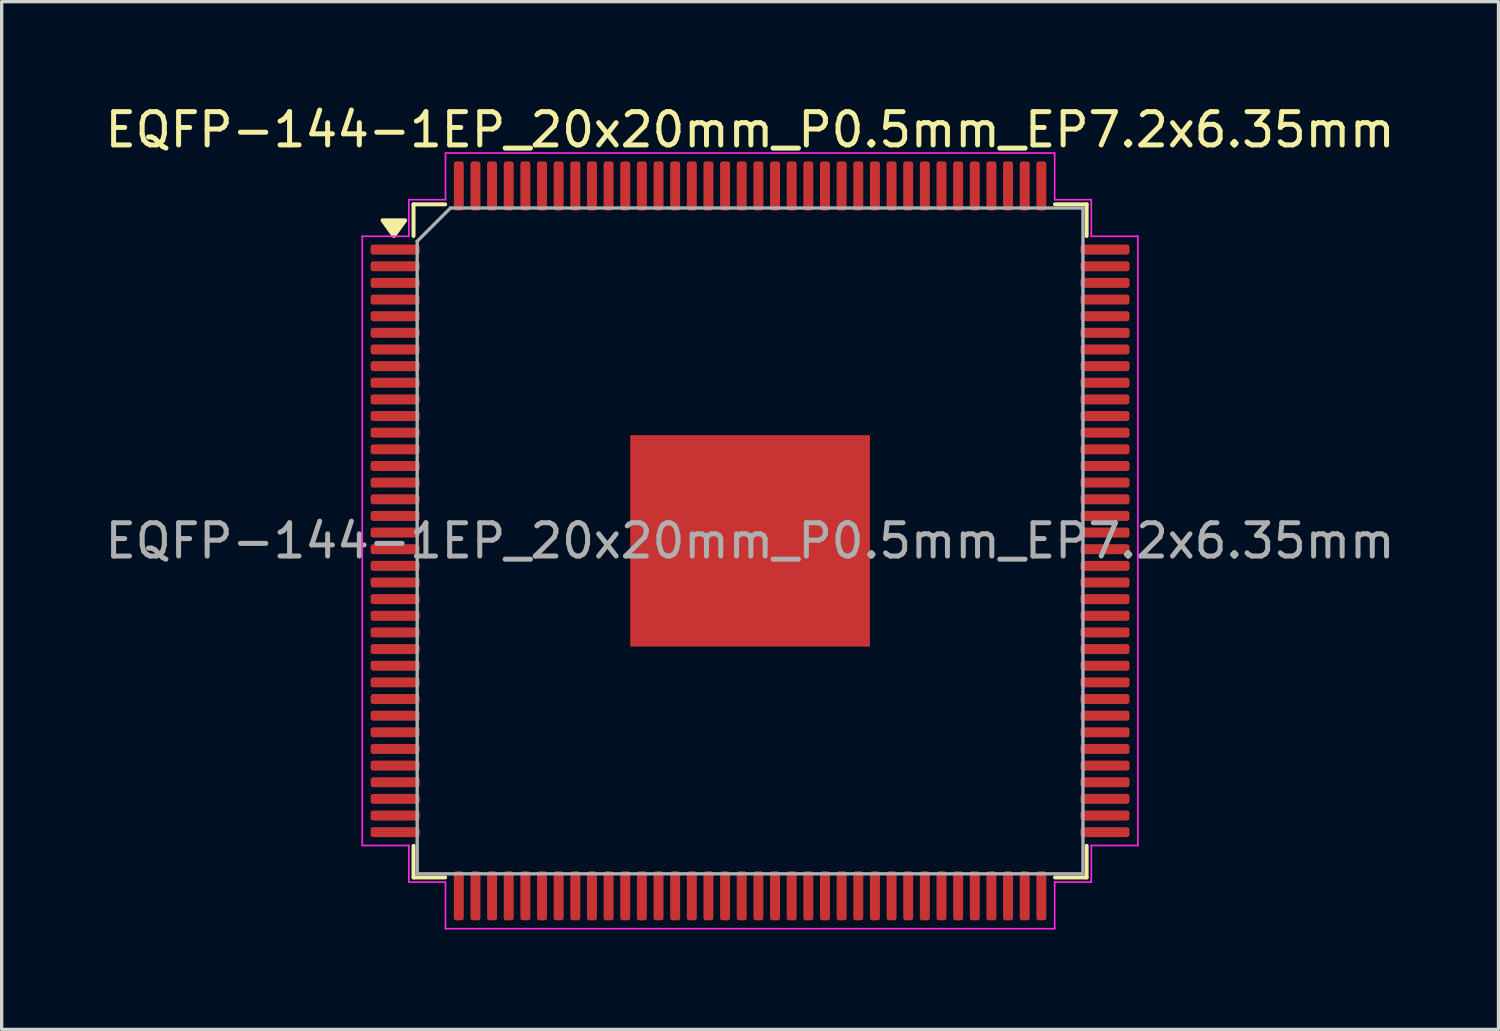
<source format=kicad_pcb>
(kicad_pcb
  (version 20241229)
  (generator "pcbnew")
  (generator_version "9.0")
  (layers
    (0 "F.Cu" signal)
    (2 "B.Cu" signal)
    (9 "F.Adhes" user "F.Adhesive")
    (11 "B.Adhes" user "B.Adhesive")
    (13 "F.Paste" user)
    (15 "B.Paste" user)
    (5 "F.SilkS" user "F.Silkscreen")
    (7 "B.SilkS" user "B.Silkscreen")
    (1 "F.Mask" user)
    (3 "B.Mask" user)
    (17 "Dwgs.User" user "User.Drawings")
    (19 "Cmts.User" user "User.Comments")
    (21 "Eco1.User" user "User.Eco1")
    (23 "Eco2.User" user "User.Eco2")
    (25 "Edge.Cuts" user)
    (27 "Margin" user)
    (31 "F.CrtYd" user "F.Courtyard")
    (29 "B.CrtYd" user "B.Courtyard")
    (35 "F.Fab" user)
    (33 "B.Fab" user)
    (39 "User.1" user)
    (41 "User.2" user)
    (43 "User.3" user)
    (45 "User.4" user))
  (footprint "EQFP-144-1EP_20x20mm_P0.5mm_EP7.2x6.35mm"
    (layer "F.Cu")
    (at 19.482 13.198)
    (property "Reference" "EQFP-144-1EP_20x20mm_P0.5mm_EP7.2x6.35mm" (at 0 -12.35 0) (layer "F.SilkS") (effects (font (size 1 1) (thickness 0.15))))
    (attr smd)
    (fp_line (start -10.11 -10.11) (end -10.11 -9.16) (stroke (width 0.12) (type solid)) (layer "F.SilkS"))
    (fp_line (start -10.11 10.11) (end -10.11 9.16) (stroke (width 0.12) (type solid)) (layer "F.SilkS"))
    (fp_line (start -9.16 -10.11) (end -10.11 -10.11) (stroke (width 0.12) (type solid)) (layer "F.SilkS"))
    (fp_line (start -9.16 10.11) (end -10.11 10.11) (stroke (width 0.12) (type solid)) (layer "F.SilkS"))
    (fp_line (start 9.16 -10.11) (end 10.11 -10.11) (stroke (width 0.12) (type solid)) (layer "F.SilkS"))
    (fp_line (start 9.16 10.11) (end 10.11 10.11) (stroke (width 0.12) (type solid)) (layer "F.SilkS"))
    (fp_line (start 10.11 -10.11) (end 10.11 -9.16) (stroke (width 0.12) (type solid)) (layer "F.SilkS"))
    (fp_line (start 10.11 10.11) (end 10.11 9.16) (stroke (width 0.12) (type solid)) (layer "F.SilkS"))
    (fp_poly (pts (xy -10.7 -9.16) (xy -11.04 -9.63) (xy -10.36 -9.63)) (stroke (width 0.12) (type solid)) (fill yes) (layer "F.SilkS"))
    (fp_line (start -11.65 -9.15) (end -10.25 -9.15) (stroke (width 0.05) (type solid)) (layer "F.CrtYd"))
    (fp_line (start -11.65 9.15) (end -11.65 -9.15) (stroke (width 0.05) (type solid)) (layer "F.CrtYd"))
    (fp_line (start -10.25 -10.25) (end -9.15 -10.25) (stroke (width 0.05) (type solid)) (layer "F.CrtYd"))
    (fp_line (start -10.25 -9.15) (end -10.25 -10.25) (stroke (width 0.05) (type solid)) (layer "F.CrtYd"))
    (fp_line (start -10.25 9.15) (end -11.65 9.15) (stroke (width 0.05) (type solid)) (layer "F.CrtYd"))
    (fp_line (start -10.25 10.25) (end -10.25 9.15) (stroke (width 0.05) (type solid)) (layer "F.CrtYd"))
    (fp_line (start -9.15 -11.65) (end 9.15 -11.65) (stroke (width 0.05) (type solid)) (layer "F.CrtYd"))
    (fp_line (start -9.15 -10.25) (end -9.15 -11.65) (stroke (width 0.05) (type solid)) (layer "F.CrtYd"))
    (fp_line (start -9.15 10.25) (end -10.25 10.25) (stroke (width 0.05) (type solid)) (layer "F.CrtYd"))
    (fp_line (start -9.15 11.65) (end -9.15 10.25) (stroke (width 0.05) (type solid)) (layer "F.CrtYd"))
    (fp_line (start 9.15 -11.65) (end 9.15 -10.25) (stroke (width 0.05) (type solid)) (layer "F.CrtYd"))
    (fp_line (start 9.15 -10.25) (end 10.25 -10.25) (stroke (width 0.05) (type solid)) (layer "F.CrtYd"))
    (fp_line (start 9.15 10.25) (end 9.15 11.65) (stroke (width 0.05) (type solid)) (layer "F.CrtYd"))
    (fp_line (start 9.15 11.65) (end -9.15 11.65) (stroke (width 0.05) (type solid)) (layer "F.CrtYd"))
    (fp_line (start 10.25 -10.25) (end 10.25 -9.15) (stroke (width 0.05) (type solid)) (layer "F.CrtYd"))
    (fp_line (start 10.25 -9.15) (end 11.65 -9.15) (stroke (width 0.05) (type solid)) (layer "F.CrtYd"))
    (fp_line (start 10.25 9.15) (end 10.25 10.25) (stroke (width 0.05) (type solid)) (layer "F.CrtYd"))
    (fp_line (start 10.25 10.25) (end 9.15 10.25) (stroke (width 0.05) (type solid)) (layer "F.CrtYd"))
    (fp_line (start 11.65 -9.15) (end 11.65 9.15) (stroke (width 0.05) (type solid)) (layer "F.CrtYd"))
    (fp_line (start 11.65 9.15) (end 10.25 9.15) (stroke (width 0.05) (type solid)) (layer "F.CrtYd"))
    (fp_line (start -10 -9) (end -9 -10) (stroke (width 0.1) (type solid)) (layer "F.Fab"))
    (fp_line (start -10 10) (end -10 -9) (stroke (width 0.1) (type solid)) (layer "F.Fab"))
    (fp_line (start -9 -10) (end 10 -10) (stroke (width 0.1) (type solid)) (layer "F.Fab"))
    (fp_line (start 10 -10) (end 10 10) (stroke (width 0.1) (type solid)) (layer "F.Fab"))
    (fp_line (start 10 10) (end -10 10) (stroke (width 0.1) (type solid)) (layer "F.Fab"))
    (fp_text user "${REFERENCE}" (at 0 0 0) (layer "F.Fab") (effects (font (size 1 1) (thickness 0.15))))
    (pad "" smd roundrect (at -3 -2.54) (size 0.97 1.02) (layers "F.Paste") (roundrect_rratio 0.25))
    (pad "" smd roundrect (at -3 -1.27) (size 0.97 1.02) (layers "F.Paste") (roundrect_rratio 0.25))
    (pad "" smd roundrect (at -3 0) (size 0.97 1.02) (layers "F.Paste") (roundrect_rratio 0.25))
    (pad "" smd roundrect (at -3 1.27) (size 0.97 1.02) (layers "F.Paste") (roundrect_rratio 0.25))
    (pad "" smd roundrect (at -3 2.54) (size 0.97 1.02) (layers "F.Paste") (roundrect_rratio 0.25))
    (pad "" smd roundrect (at -1.8 -2.54) (size 0.97 1.02) (layers "F.Paste") (roundrect_rratio 0.25))
    (pad "" smd roundrect (at -1.8 -1.27) (size 0.97 1.02) (layers "F.Paste") (roundrect_rratio 0.25))
    (pad "" smd roundrect (at -1.8 0) (size 0.97 1.02) (layers "F.Paste") (roundrect_rratio 0.25))
    (pad "" smd roundrect (at -1.8 1.27) (size 0.97 1.02) (layers "F.Paste") (roundrect_rratio 0.25))
    (pad "" smd roundrect (at -1.8 2.54) (size 0.97 1.02) (layers "F.Paste") (roundrect_rratio 0.25))
    (pad "" smd roundrect (at -0.6 -2.54) (size 0.97 1.02) (layers "F.Paste") (roundrect_rratio 0.25))
    (pad "" smd roundrect (at -0.6 -1.27) (size 0.97 1.02) (layers "F.Paste") (roundrect_rratio 0.25))
    (pad "" smd roundrect (at -0.6 0) (size 0.97 1.02) (layers "F.Paste") (roundrect_rratio 0.25))
    (pad "" smd roundrect (at -0.6 1.27) (size 0.97 1.02) (layers "F.Paste") (roundrect_rratio 0.25))
    (pad "" smd roundrect (at -0.6 2.54) (size 0.97 1.02) (layers "F.Paste") (roundrect_rratio 0.25))
    (pad "" smd roundrect (at 0.6 -2.54) (size 0.97 1.02) (layers "F.Paste") (roundrect_rratio 0.25))
    (pad "" smd roundrect (at 0.6 -1.27) (size 0.97 1.02) (layers "F.Paste") (roundrect_rratio 0.25))
    (pad "" smd roundrect (at 0.6 0) (size 0.97 1.02) (layers "F.Paste") (roundrect_rratio 0.25))
    (pad "" smd roundrect (at 0.6 1.27) (size 0.97 1.02) (layers "F.Paste") (roundrect_rratio 0.25))
    (pad "" smd roundrect (at 0.6 2.54) (size 0.97 1.02) (layers "F.Paste") (roundrect_rratio 0.25))
    (pad "" smd roundrect (at 1.8 -2.54) (size 0.97 1.02) (layers "F.Paste") (roundrect_rratio 0.25))
    (pad "" smd roundrect (at 1.8 -1.27) (size 0.97 1.02) (layers "F.Paste") (roundrect_rratio 0.25))
    (pad "" smd roundrect (at 1.8 0) (size 0.97 1.02) (layers "F.Paste") (roundrect_rratio 0.25))
    (pad "" smd roundrect (at 1.8 1.27) (size 0.97 1.02) (layers "F.Paste") (roundrect_rratio 0.25))
    (pad "" smd roundrect (at 1.8 2.54) (size 0.97 1.02) (layers "F.Paste") (roundrect_rratio 0.25))
    (pad "" smd roundrect (at 3 -2.54) (size 0.97 1.02) (layers "F.Paste") (roundrect_rratio 0.25))
    (pad "" smd roundrect (at 3 -1.27) (size 0.97 1.02) (layers "F.Paste") (roundrect_rratio 0.25))
    (pad "" smd roundrect (at 3 0) (size 0.97 1.02) (layers "F.Paste") (roundrect_rratio 0.25))
    (pad "" smd roundrect (at 3 1.27) (size 0.97 1.02) (layers "F.Paste") (roundrect_rratio 0.25))
    (pad "" smd roundrect (at 3 2.54) (size 0.97 1.02) (layers "F.Paste") (roundrect_rratio 0.25))
    (pad "1" smd roundrect (at -10.662 -8.75) (size 1.475 0.3) (layers "F.Cu" "F.Mask" "F.Paste") (roundrect_rratio 0.25))
    (pad "2" smd roundrect (at -10.662 -8.25) (size 1.475 0.3) (layers "F.Cu" "F.Mask" "F.Paste") (roundrect_rratio 0.25))
    (pad "3" smd roundrect (at -10.662 -7.75) (size 1.475 0.3) (layers "F.Cu" "F.Mask" "F.Paste") (roundrect_rratio 0.25))
    (pad "4" smd roundrect (at -10.662 -7.25) (size 1.475 0.3) (layers "F.Cu" "F.Mask" "F.Paste") (roundrect_rratio 0.25))
    (pad "5" smd roundrect (at -10.662 -6.75) (size 1.475 0.3) (layers "F.Cu" "F.Mask" "F.Paste") (roundrect_rratio 0.25))
    (pad "6" smd roundrect (at -10.662 -6.25) (size 1.475 0.3) (layers "F.Cu" "F.Mask" "F.Paste") (roundrect_rratio 0.25))
    (pad "7" smd roundrect (at -10.662 -5.75) (size 1.475 0.3) (layers "F.Cu" "F.Mask" "F.Paste") (roundrect_rratio 0.25))
    (pad "8" smd roundrect (at -10.662 -5.25) (size 1.475 0.3) (layers "F.Cu" "F.Mask" "F.Paste") (roundrect_rratio 0.25))
    (pad "9" smd roundrect (at -10.662 -4.75) (size 1.475 0.3) (layers "F.Cu" "F.Mask" "F.Paste") (roundrect_rratio 0.25))
    (pad "10" smd roundrect (at -10.662 -4.25) (size 1.475 0.3) (layers "F.Cu" "F.Mask" "F.Paste") (roundrect_rratio 0.25))
    (pad "11" smd roundrect (at -10.662 -3.75) (size 1.475 0.3) (layers "F.Cu" "F.Mask" "F.Paste") (roundrect_rratio 0.25))
    (pad "12" smd roundrect (at -10.662 -3.25) (size 1.475 0.3) (layers "F.Cu" "F.Mask" "F.Paste") (roundrect_rratio 0.25))
    (pad "13" smd roundrect (at -10.662 -2.75) (size 1.475 0.3) (layers "F.Cu" "F.Mask" "F.Paste") (roundrect_rratio 0.25))
    (pad "14" smd roundrect (at -10.662 -2.25) (size 1.475 0.3) (layers "F.Cu" "F.Mask" "F.Paste") (roundrect_rratio 0.25))
    (pad "15" smd roundrect (at -10.662 -1.75) (size 1.475 0.3) (layers "F.Cu" "F.Mask" "F.Paste") (roundrect_rratio 0.25))
    (pad "16" smd roundrect (at -10.662 -1.25) (size 1.475 0.3) (layers "F.Cu" "F.Mask" "F.Paste") (roundrect_rratio 0.25))
    (pad "17" smd roundrect (at -10.662 -0.75) (size 1.475 0.3) (layers "F.Cu" "F.Mask" "F.Paste") (roundrect_rratio 0.25))
    (pad "18" smd roundrect (at -10.662 -0.25) (size 1.475 0.3) (layers "F.Cu" "F.Mask" "F.Paste") (roundrect_rratio 0.25))
    (pad "19" smd roundrect (at -10.662 0.25) (size 1.475 0.3) (layers "F.Cu" "F.Mask" "F.Paste") (roundrect_rratio 0.25))
    (pad "20" smd roundrect (at -10.662 0.75) (size 1.475 0.3) (layers "F.Cu" "F.Mask" "F.Paste") (roundrect_rratio 0.25))
    (pad "21" smd roundrect (at -10.662 1.25) (size 1.475 0.3) (layers "F.Cu" "F.Mask" "F.Paste") (roundrect_rratio 0.25))
    (pad "22" smd roundrect (at -10.662 1.75) (size 1.475 0.3) (layers "F.Cu" "F.Mask" "F.Paste") (roundrect_rratio 0.25))
    (pad "23" smd roundrect (at -10.662 2.25) (size 1.475 0.3) (layers "F.Cu" "F.Mask" "F.Paste") (roundrect_rratio 0.25))
    (pad "24" smd roundrect (at -10.662 2.75) (size 1.475 0.3) (layers "F.Cu" "F.Mask" "F.Paste") (roundrect_rratio 0.25))
    (pad "25" smd roundrect (at -10.662 3.25) (size 1.475 0.3) (layers "F.Cu" "F.Mask" "F.Paste") (roundrect_rratio 0.25))
    (pad "26" smd roundrect (at -10.662 3.75) (size 1.475 0.3) (layers "F.Cu" "F.Mask" "F.Paste") (roundrect_rratio 0.25))
    (pad "27" smd roundrect (at -10.662 4.25) (size 1.475 0.3) (layers "F.Cu" "F.Mask" "F.Paste") (roundrect_rratio 0.25))
    (pad "28" smd roundrect (at -10.662 4.75) (size 1.475 0.3) (layers "F.Cu" "F.Mask" "F.Paste") (roundrect_rratio 0.25))
    (pad "29" smd roundrect (at -10.662 5.25) (size 1.475 0.3) (layers "F.Cu" "F.Mask" "F.Paste") (roundrect_rratio 0.25))
    (pad "30" smd roundrect (at -10.662 5.75) (size 1.475 0.3) (layers "F.Cu" "F.Mask" "F.Paste") (roundrect_rratio 0.25))
    (pad "31" smd roundrect (at -10.662 6.25) (size 1.475 0.3) (layers "F.Cu" "F.Mask" "F.Paste") (roundrect_rratio 0.25))
    (pad "32" smd roundrect (at -10.662 6.75) (size 1.475 0.3) (layers "F.Cu" "F.Mask" "F.Paste") (roundrect_rratio 0.25))
    (pad "33" smd roundrect (at -10.662 7.25) (size 1.475 0.3) (layers "F.Cu" "F.Mask" "F.Paste") (roundrect_rratio 0.25))
    (pad "34" smd roundrect (at -10.662 7.75) (size 1.475 0.3) (layers "F.Cu" "F.Mask" "F.Paste") (roundrect_rratio 0.25))
    (pad "35" smd roundrect (at -10.662 8.25) (size 1.475 0.3) (layers "F.Cu" "F.Mask" "F.Paste") (roundrect_rratio 0.25))
    (pad "36" smd roundrect (at -10.662 8.75) (size 1.475 0.3) (layers "F.Cu" "F.Mask" "F.Paste") (roundrect_rratio 0.25))
    (pad "37" smd roundrect (at -8.75 10.662) (size 0.3 1.475) (layers "F.Cu" "F.Mask" "F.Paste") (roundrect_rratio 0.25))
    (pad "38" smd roundrect (at -8.25 10.662) (size 0.3 1.475) (layers "F.Cu" "F.Mask" "F.Paste") (roundrect_rratio 0.25))
    (pad "39" smd roundrect (at -7.75 10.662) (size 0.3 1.475) (layers "F.Cu" "F.Mask" "F.Paste") (roundrect_rratio 0.25))
    (pad "40" smd roundrect (at -7.25 10.662) (size 0.3 1.475) (layers "F.Cu" "F.Mask" "F.Paste") (roundrect_rratio 0.25))
    (pad "41" smd roundrect (at -6.75 10.662) (size 0.3 1.475) (layers "F.Cu" "F.Mask" "F.Paste") (roundrect_rratio 0.25))
    (pad "42" smd roundrect (at -6.25 10.662) (size 0.3 1.475) (layers "F.Cu" "F.Mask" "F.Paste") (roundrect_rratio 0.25))
    (pad "43" smd roundrect (at -5.75 10.662) (size 0.3 1.475) (layers "F.Cu" "F.Mask" "F.Paste") (roundrect_rratio 0.25))
    (pad "44" smd roundrect (at -5.25 10.662) (size 0.3 1.475) (layers "F.Cu" "F.Mask" "F.Paste") (roundrect_rratio 0.25))
    (pad "45" smd roundrect (at -4.75 10.662) (size 0.3 1.475) (layers "F.Cu" "F.Mask" "F.Paste") (roundrect_rratio 0.25))
    (pad "46" smd roundrect (at -4.25 10.662) (size 0.3 1.475) (layers "F.Cu" "F.Mask" "F.Paste") (roundrect_rratio 0.25))
    (pad "47" smd roundrect (at -3.75 10.662) (size 0.3 1.475) (layers "F.Cu" "F.Mask" "F.Paste") (roundrect_rratio 0.25))
    (pad "48" smd roundrect (at -3.25 10.662) (size 0.3 1.475) (layers "F.Cu" "F.Mask" "F.Paste") (roundrect_rratio 0.25))
    (pad "49" smd roundrect (at -2.75 10.662) (size 0.3 1.475) (layers "F.Cu" "F.Mask" "F.Paste") (roundrect_rratio 0.25))
    (pad "50" smd roundrect (at -2.25 10.662) (size 0.3 1.475) (layers "F.Cu" "F.Mask" "F.Paste") (roundrect_rratio 0.25))
    (pad "51" smd roundrect (at -1.75 10.662) (size 0.3 1.475) (layers "F.Cu" "F.Mask" "F.Paste") (roundrect_rratio 0.25))
    (pad "52" smd roundrect (at -1.25 10.662) (size 0.3 1.475) (layers "F.Cu" "F.Mask" "F.Paste") (roundrect_rratio 0.25))
    (pad "53" smd roundrect (at -0.75 10.662) (size 0.3 1.475) (layers "F.Cu" "F.Mask" "F.Paste") (roundrect_rratio 0.25))
    (pad "54" smd roundrect (at -0.25 10.662) (size 0.3 1.475) (layers "F.Cu" "F.Mask" "F.Paste") (roundrect_rratio 0.25))
    (pad "55" smd roundrect (at 0.25 10.662) (size 0.3 1.475) (layers "F.Cu" "F.Mask" "F.Paste") (roundrect_rratio 0.25))
    (pad "56" smd roundrect (at 0.75 10.662) (size 0.3 1.475) (layers "F.Cu" "F.Mask" "F.Paste") (roundrect_rratio 0.25))
    (pad "57" smd roundrect (at 1.25 10.662) (size 0.3 1.475) (layers "F.Cu" "F.Mask" "F.Paste") (roundrect_rratio 0.25))
    (pad "58" smd roundrect (at 1.75 10.662) (size 0.3 1.475) (layers "F.Cu" "F.Mask" "F.Paste") (roundrect_rratio 0.25))
    (pad "59" smd roundrect (at 2.25 10.662) (size 0.3 1.475) (layers "F.Cu" "F.Mask" "F.Paste") (roundrect_rratio 0.25))
    (pad "60" smd roundrect (at 2.75 10.662) (size 0.3 1.475) (layers "F.Cu" "F.Mask" "F.Paste") (roundrect_rratio 0.25))
    (pad "61" smd roundrect (at 3.25 10.662) (size 0.3 1.475) (layers "F.Cu" "F.Mask" "F.Paste") (roundrect_rratio 0.25))
    (pad "62" smd roundrect (at 3.75 10.662) (size 0.3 1.475) (layers "F.Cu" "F.Mask" "F.Paste") (roundrect_rratio 0.25))
    (pad "63" smd roundrect (at 4.25 10.662) (size 0.3 1.475) (layers "F.Cu" "F.Mask" "F.Paste") (roundrect_rratio 0.25))
    (pad "64" smd roundrect (at 4.75 10.662) (size 0.3 1.475) (layers "F.Cu" "F.Mask" "F.Paste") (roundrect_rratio 0.25))
    (pad "65" smd roundrect (at 5.25 10.662) (size 0.3 1.475) (layers "F.Cu" "F.Mask" "F.Paste") (roundrect_rratio 0.25))
    (pad "66" smd roundrect (at 5.75 10.662) (size 0.3 1.475) (layers "F.Cu" "F.Mask" "F.Paste") (roundrect_rratio 0.25))
    (pad "67" smd roundrect (at 6.25 10.662) (size 0.3 1.475) (layers "F.Cu" "F.Mask" "F.Paste") (roundrect_rratio 0.25))
    (pad "68" smd roundrect (at 6.75 10.662) (size 0.3 1.475) (layers "F.Cu" "F.Mask" "F.Paste") (roundrect_rratio 0.25))
    (pad "69" smd roundrect (at 7.25 10.662) (size 0.3 1.475) (layers "F.Cu" "F.Mask" "F.Paste") (roundrect_rratio 0.25))
    (pad "70" smd roundrect (at 7.75 10.662) (size 0.3 1.475) (layers "F.Cu" "F.Mask" "F.Paste") (roundrect_rratio 0.25))
    (pad "71" smd roundrect (at 8.25 10.662) (size 0.3 1.475) (layers "F.Cu" "F.Mask" "F.Paste") (roundrect_rratio 0.25))
    (pad "72" smd roundrect (at 8.75 10.662) (size 0.3 1.475) (layers "F.Cu" "F.Mask" "F.Paste") (roundrect_rratio 0.25))
    (pad "73" smd roundrect (at 10.662 8.75) (size 1.475 0.3) (layers "F.Cu" "F.Mask" "F.Paste") (roundrect_rratio 0.25))
    (pad "74" smd roundrect (at 10.662 8.25) (size 1.475 0.3) (layers "F.Cu" "F.Mask" "F.Paste") (roundrect_rratio 0.25))
    (pad "75" smd roundrect (at 10.662 7.75) (size 1.475 0.3) (layers "F.Cu" "F.Mask" "F.Paste") (roundrect_rratio 0.25))
    (pad "76" smd roundrect (at 10.662 7.25) (size 1.475 0.3) (layers "F.Cu" "F.Mask" "F.Paste") (roundrect_rratio 0.25))
    (pad "77" smd roundrect (at 10.662 6.75) (size 1.475 0.3) (layers "F.Cu" "F.Mask" "F.Paste") (roundrect_rratio 0.25))
    (pad "78" smd roundrect (at 10.662 6.25) (size 1.475 0.3) (layers "F.Cu" "F.Mask" "F.Paste") (roundrect_rratio 0.25))
    (pad "79" smd roundrect (at 10.662 5.75) (size 1.475 0.3) (layers "F.Cu" "F.Mask" "F.Paste") (roundrect_rratio 0.25))
    (pad "80" smd roundrect (at 10.662 5.25) (size 1.475 0.3) (layers "F.Cu" "F.Mask" "F.Paste") (roundrect_rratio 0.25))
    (pad "81" smd roundrect (at 10.662 4.75) (size 1.475 0.3) (layers "F.Cu" "F.Mask" "F.Paste") (roundrect_rratio 0.25))
    (pad "82" smd roundrect (at 10.662 4.25) (size 1.475 0.3) (layers "F.Cu" "F.Mask" "F.Paste") (roundrect_rratio 0.25))
    (pad "83" smd roundrect (at 10.662 3.75) (size 1.475 0.3) (layers "F.Cu" "F.Mask" "F.Paste") (roundrect_rratio 0.25))
    (pad "84" smd roundrect (at 10.662 3.25) (size 1.475 0.3) (layers "F.Cu" "F.Mask" "F.Paste") (roundrect_rratio 0.25))
    (pad "85" smd roundrect (at 10.662 2.75) (size 1.475 0.3) (layers "F.Cu" "F.Mask" "F.Paste") (roundrect_rratio 0.25))
    (pad "86" smd roundrect (at 10.662 2.25) (size 1.475 0.3) (layers "F.Cu" "F.Mask" "F.Paste") (roundrect_rratio 0.25))
    (pad "87" smd roundrect (at 10.662 1.75) (size 1.475 0.3) (layers "F.Cu" "F.Mask" "F.Paste") (roundrect_rratio 0.25))
    (pad "88" smd roundrect (at 10.662 1.25) (size 1.475 0.3) (layers "F.Cu" "F.Mask" "F.Paste") (roundrect_rratio 0.25))
    (pad "89" smd roundrect (at 10.662 0.75) (size 1.475 0.3) (layers "F.Cu" "F.Mask" "F.Paste") (roundrect_rratio 0.25))
    (pad "90" smd roundrect (at 10.662 0.25) (size 1.475 0.3) (layers "F.Cu" "F.Mask" "F.Paste") (roundrect_rratio 0.25))
    (pad "91" smd roundrect (at 10.662 -0.25) (size 1.475 0.3) (layers "F.Cu" "F.Mask" "F.Paste") (roundrect_rratio 0.25))
    (pad "92" smd roundrect (at 10.662 -0.75) (size 1.475 0.3) (layers "F.Cu" "F.Mask" "F.Paste") (roundrect_rratio 0.25))
    (pad "93" smd roundrect (at 10.662 -1.25) (size 1.475 0.3) (layers "F.Cu" "F.Mask" "F.Paste") (roundrect_rratio 0.25))
    (pad "94" smd roundrect (at 10.662 -1.75) (size 1.475 0.3) (layers "F.Cu" "F.Mask" "F.Paste") (roundrect_rratio 0.25))
    (pad "95" smd roundrect (at 10.662 -2.25) (size 1.475 0.3) (layers "F.Cu" "F.Mask" "F.Paste") (roundrect_rratio 0.25))
    (pad "96" smd roundrect (at 10.662 -2.75) (size 1.475 0.3) (layers "F.Cu" "F.Mask" "F.Paste") (roundrect_rratio 0.25))
    (pad "97" smd roundrect (at 10.662 -3.25) (size 1.475 0.3) (layers "F.Cu" "F.Mask" "F.Paste") (roundrect_rratio 0.25))
    (pad "98" smd roundrect (at 10.662 -3.75) (size 1.475 0.3) (layers "F.Cu" "F.Mask" "F.Paste") (roundrect_rratio 0.25))
    (pad "99" smd roundrect (at 10.662 -4.25) (size 1.475 0.3) (layers "F.Cu" "F.Mask" "F.Paste") (roundrect_rratio 0.25))
    (pad "100" smd roundrect (at 10.662 -4.75) (size 1.475 0.3) (layers "F.Cu" "F.Mask" "F.Paste") (roundrect_rratio 0.25))
    (pad "101" smd roundrect (at 10.662 -5.25) (size 1.475 0.3) (layers "F.Cu" "F.Mask" "F.Paste") (roundrect_rratio 0.25))
    (pad "102" smd roundrect (at 10.662 -5.75) (size 1.475 0.3) (layers "F.Cu" "F.Mask" "F.Paste") (roundrect_rratio 0.25))
    (pad "103" smd roundrect (at 10.662 -6.25) (size 1.475 0.3) (layers "F.Cu" "F.Mask" "F.Paste") (roundrect_rratio 0.25))
    (pad "104" smd roundrect (at 10.662 -6.75) (size 1.475 0.3) (layers "F.Cu" "F.Mask" "F.Paste") (roundrect_rratio 0.25))
    (pad "105" smd roundrect (at 10.662 -7.25) (size 1.475 0.3) (layers "F.Cu" "F.Mask" "F.Paste") (roundrect_rratio 0.25))
    (pad "106" smd roundrect (at 10.662 -7.75) (size 1.475 0.3) (layers "F.Cu" "F.Mask" "F.Paste") (roundrect_rratio 0.25))
    (pad "107" smd roundrect (at 10.662 -8.25) (size 1.475 0.3) (layers "F.Cu" "F.Mask" "F.Paste") (roundrect_rratio 0.25))
    (pad "108" smd roundrect (at 10.662 -8.75) (size 1.475 0.3) (layers "F.Cu" "F.Mask" "F.Paste") (roundrect_rratio 0.25))
    (pad "109" smd roundrect (at 8.75 -10.662) (size 0.3 1.475) (layers "F.Cu" "F.Mask" "F.Paste") (roundrect_rratio 0.25))
    (pad "110" smd roundrect (at 8.25 -10.662) (size 0.3 1.475) (layers "F.Cu" "F.Mask" "F.Paste") (roundrect_rratio 0.25))
    (pad "111" smd roundrect (at 7.75 -10.662) (size 0.3 1.475) (layers "F.Cu" "F.Mask" "F.Paste") (roundrect_rratio 0.25))
    (pad "112" smd roundrect (at 7.25 -10.662) (size 0.3 1.475) (layers "F.Cu" "F.Mask" "F.Paste") (roundrect_rratio 0.25))
    (pad "113" smd roundrect (at 6.75 -10.662) (size 0.3 1.475) (layers "F.Cu" "F.Mask" "F.Paste") (roundrect_rratio 0.25))
    (pad "114" smd roundrect (at 6.25 -10.662) (size 0.3 1.475) (layers "F.Cu" "F.Mask" "F.Paste") (roundrect_rratio 0.25))
    (pad "115" smd roundrect (at 5.75 -10.662) (size 0.3 1.475) (layers "F.Cu" "F.Mask" "F.Paste") (roundrect_rratio 0.25))
    (pad "116" smd roundrect (at 5.25 -10.662) (size 0.3 1.475) (layers "F.Cu" "F.Mask" "F.Paste") (roundrect_rratio 0.25))
    (pad "117" smd roundrect (at 4.75 -10.662) (size 0.3 1.475) (layers "F.Cu" "F.Mask" "F.Paste") (roundrect_rratio 0.25))
    (pad "118" smd roundrect (at 4.25 -10.662) (size 0.3 1.475) (layers "F.Cu" "F.Mask" "F.Paste") (roundrect_rratio 0.25))
    (pad "119" smd roundrect (at 3.75 -10.662) (size 0.3 1.475) (layers "F.Cu" "F.Mask" "F.Paste") (roundrect_rratio 0.25))
    (pad "120" smd roundrect (at 3.25 -10.662) (size 0.3 1.475) (layers "F.Cu" "F.Mask" "F.Paste") (roundrect_rratio 0.25))
    (pad "121" smd roundrect (at 2.75 -10.662) (size 0.3 1.475) (layers "F.Cu" "F.Mask" "F.Paste") (roundrect_rratio 0.25))
    (pad "122" smd roundrect (at 2.25 -10.662) (size 0.3 1.475) (layers "F.Cu" "F.Mask" "F.Paste") (roundrect_rratio 0.25))
    (pad "123" smd roundrect (at 1.75 -10.662) (size 0.3 1.475) (layers "F.Cu" "F.Mask" "F.Paste") (roundrect_rratio 0.25))
    (pad "124" smd roundrect (at 1.25 -10.662) (size 0.3 1.475) (layers "F.Cu" "F.Mask" "F.Paste") (roundrect_rratio 0.25))
    (pad "125" smd roundrect (at 0.75 -10.662) (size 0.3 1.475) (layers "F.Cu" "F.Mask" "F.Paste") (roundrect_rratio 0.25))
    (pad "126" smd roundrect (at 0.25 -10.662) (size 0.3 1.475) (layers "F.Cu" "F.Mask" "F.Paste") (roundrect_rratio 0.25))
    (pad "127" smd roundrect (at -0.25 -10.662) (size 0.3 1.475) (layers "F.Cu" "F.Mask" "F.Paste") (roundrect_rratio 0.25))
    (pad "128" smd roundrect (at -0.75 -10.662) (size 0.3 1.475) (layers "F.Cu" "F.Mask" "F.Paste") (roundrect_rratio 0.25))
    (pad "129" smd roundrect (at -1.25 -10.662) (size 0.3 1.475) (layers "F.Cu" "F.Mask" "F.Paste") (roundrect_rratio 0.25))
    (pad "130" smd roundrect (at -1.75 -10.662) (size 0.3 1.475) (layers "F.Cu" "F.Mask" "F.Paste") (roundrect_rratio 0.25))
    (pad "131" smd roundrect (at -2.25 -10.662) (size 0.3 1.475) (layers "F.Cu" "F.Mask" "F.Paste") (roundrect_rratio 0.25))
    (pad "132" smd roundrect (at -2.75 -10.662) (size 0.3 1.475) (layers "F.Cu" "F.Mask" "F.Paste") (roundrect_rratio 0.25))
    (pad "133" smd roundrect (at -3.25 -10.662) (size 0.3 1.475) (layers "F.Cu" "F.Mask" "F.Paste") (roundrect_rratio 0.25))
    (pad "134" smd roundrect (at -3.75 -10.662) (size 0.3 1.475) (layers "F.Cu" "F.Mask" "F.Paste") (roundrect_rratio 0.25))
    (pad "135" smd roundrect (at -4.25 -10.662) (size 0.3 1.475) (layers "F.Cu" "F.Mask" "F.Paste") (roundrect_rratio 0.25))
    (pad "136" smd roundrect (at -4.75 -10.662) (size 0.3 1.475) (layers "F.Cu" "F.Mask" "F.Paste") (roundrect_rratio 0.25))
    (pad "137" smd roundrect (at -5.25 -10.662) (size 0.3 1.475) (layers "F.Cu" "F.Mask" "F.Paste") (roundrect_rratio 0.25))
    (pad "138" smd roundrect (at -5.75 -10.662) (size 0.3 1.475) (layers "F.Cu" "F.Mask" "F.Paste") (roundrect_rratio 0.25))
    (pad "139" smd roundrect (at -6.25 -10.662) (size 0.3 1.475) (layers "F.Cu" "F.Mask" "F.Paste") (roundrect_rratio 0.25))
    (pad "140" smd roundrect (at -6.75 -10.662) (size 0.3 1.475) (layers "F.Cu" "F.Mask" "F.Paste") (roundrect_rratio 0.25))
    (pad "141" smd roundrect (at -7.25 -10.662) (size 0.3 1.475) (layers "F.Cu" "F.Mask" "F.Paste") (roundrect_rratio 0.25))
    (pad "142" smd roundrect (at -7.75 -10.662) (size 0.3 1.475) (layers "F.Cu" "F.Mask" "F.Paste") (roundrect_rratio 0.25))
    (pad "143" smd roundrect (at -8.25 -10.662) (size 0.3 1.475) (layers "F.Cu" "F.Mask" "F.Paste") (roundrect_rratio 0.25))
    (pad "144" smd roundrect (at -8.75 -10.662) (size 0.3 1.475) (layers "F.Cu" "F.Mask" "F.Paste") (roundrect_rratio 0.25))
    (pad "145" smd rect (at 0 0) (size 7.2 6.35) (property pad_prop_heatsink) (layers "F.Cu" "F.Mask")))
  (gr_rect
    (start -3 -3)
    (end 41.964 27.873)
    (stroke (width 0.1) (type default))
    (fill no)
    (layer "Edge.Cuts")))
</source>
